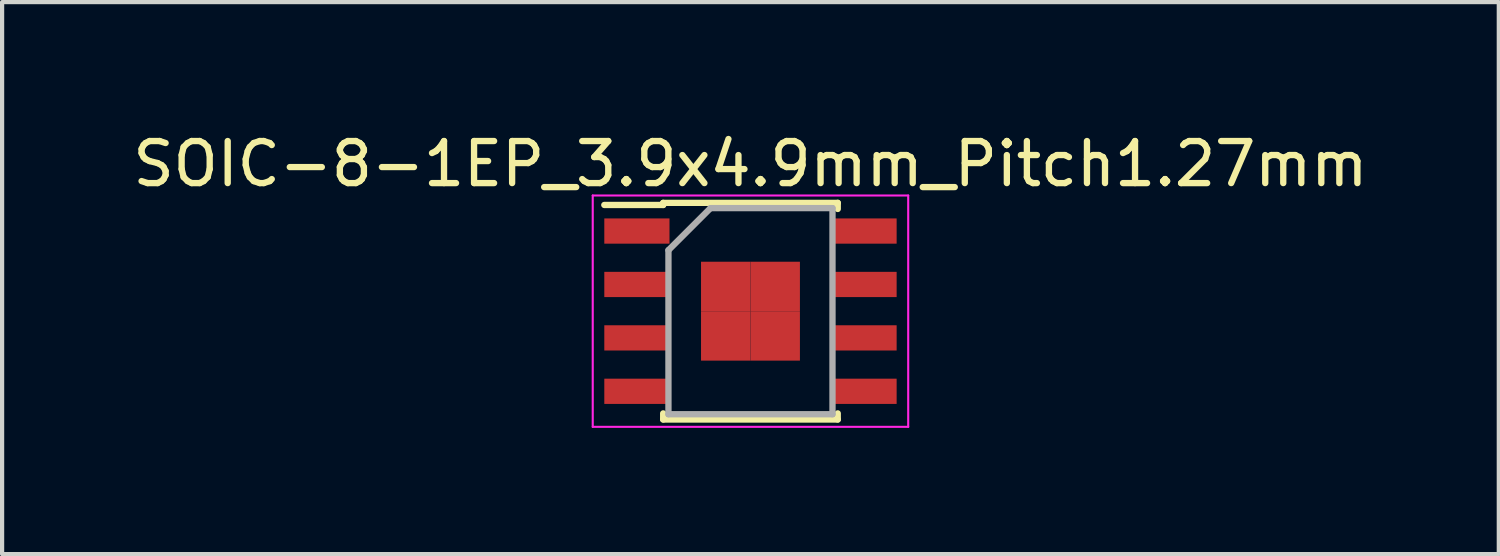
<source format=kicad_pcb>
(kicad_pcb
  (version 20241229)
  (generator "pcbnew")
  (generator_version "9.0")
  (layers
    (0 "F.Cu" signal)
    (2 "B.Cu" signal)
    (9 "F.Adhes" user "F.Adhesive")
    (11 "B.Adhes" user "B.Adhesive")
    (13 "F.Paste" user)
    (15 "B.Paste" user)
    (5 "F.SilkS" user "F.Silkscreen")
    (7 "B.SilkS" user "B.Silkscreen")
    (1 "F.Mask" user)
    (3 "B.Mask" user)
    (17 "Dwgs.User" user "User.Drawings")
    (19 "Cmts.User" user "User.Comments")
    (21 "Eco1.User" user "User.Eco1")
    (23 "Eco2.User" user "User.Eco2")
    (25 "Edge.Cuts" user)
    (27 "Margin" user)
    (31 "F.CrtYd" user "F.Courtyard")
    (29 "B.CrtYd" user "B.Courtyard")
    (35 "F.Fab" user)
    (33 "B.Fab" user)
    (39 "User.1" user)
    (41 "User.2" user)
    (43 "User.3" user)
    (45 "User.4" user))
  (footprint "SOIC-8-1EP_3.9x4.9mm_Pitch1.27mm"
    (layer "F.Cu")
    (at 14.792 4.348)
    (property "Reference" "SOIC-8-1EP_3.9x4.9mm_Pitch1.27mm" (at 0 -3.5 0) (layer "F.SilkS") (effects (font (size 1 1) (thickness 0.15))))
    (attr smd)
    (fp_line (start -2.075 -2.575) (end -2.075 -2.525) (stroke (width 0.15) (type solid)) (layer "F.SilkS"))
    (fp_line (start -2.075 -2.575) (end 2.075 -2.575) (stroke (width 0.15) (type solid)) (layer "F.SilkS"))
    (fp_line (start -2.075 -2.525) (end -3.475 -2.525) (stroke (width 0.15) (type solid)) (layer "F.SilkS"))
    (fp_line (start -2.075 2.575) (end -2.075 2.43) (stroke (width 0.15) (type solid)) (layer "F.SilkS"))
    (fp_line (start -2.075 2.575) (end 2.075 2.575) (stroke (width 0.15) (type solid)) (layer "F.SilkS"))
    (fp_line (start 2.075 -2.575) (end 2.075 -2.43) (stroke (width 0.15) (type solid)) (layer "F.SilkS"))
    (fp_line (start 2.075 2.575) (end 2.075 2.43) (stroke (width 0.15) (type solid)) (layer "F.SilkS"))
    (fp_line (start -3.75 -2.75) (end -3.75 2.75) (stroke (width 0.05) (type solid)) (layer "F.CrtYd"))
    (fp_line (start -3.75 -2.75) (end 3.75 -2.75) (stroke (width 0.05) (type solid)) (layer "F.CrtYd"))
    (fp_line (start -3.75 2.75) (end 3.75 2.75) (stroke (width 0.05) (type solid)) (layer "F.CrtYd"))
    (fp_line (start 3.75 -2.75) (end 3.75 2.75) (stroke (width 0.05) (type solid)) (layer "F.CrtYd"))
    (fp_line (start -1.95 -1.45) (end -0.95 -2.45) (stroke (width 0.15) (type solid)) (layer "F.Fab"))
    (fp_line (start -1.95 2.45) (end -1.95 -1.45) (stroke (width 0.15) (type solid)) (layer "F.Fab"))
    (fp_line (start -0.95 -2.45) (end 1.95 -2.45) (stroke (width 0.15) (type solid)) (layer "F.Fab"))
    (fp_line (start 1.95 -2.45) (end 1.95 2.45) (stroke (width 0.15) (type solid)) (layer "F.Fab"))
    (fp_line (start 1.95 2.45) (end -1.95 2.45) (stroke (width 0.15) (type solid)) (layer "F.Fab"))
    (pad "1" smd rect (at -2.7 -1.905) (size 1.55 0.6) (layers "F.Cu" "F.Mask" "F.Paste"))
    (pad "2" smd rect (at -2.7 -0.635) (size 1.55 0.6) (layers "F.Cu" "F.Mask" "F.Paste"))
    (pad "3" smd rect (at -2.7 0.635) (size 1.55 0.6) (layers "F.Cu" "F.Mask" "F.Paste"))
    (pad "4" smd rect (at -2.7 1.905) (size 1.55 0.6) (layers "F.Cu" "F.Mask" "F.Paste"))
    (pad "5" smd rect (at 2.7 1.905) (size 1.55 0.6) (layers "F.Cu" "F.Mask" "F.Paste"))
    (pad "6" smd rect (at 2.7 0.635) (size 1.55 0.6) (layers "F.Cu" "F.Mask" "F.Paste"))
    (pad "7" smd rect (at 2.7 -0.635) (size 1.55 0.6) (layers "F.Cu" "F.Mask" "F.Paste"))
    (pad "8" smd rect (at 2.7 -1.905) (size 1.55 0.6) (layers "F.Cu" "F.Mask" "F.Paste"))
    (pad "9" smd rect (at -0.588 -0.588) (size 1.175 1.175) (layers "F.Cu" "F.Mask" "F.Paste"))
    (pad "9" smd rect (at -0.588 0.588) (size 1.175 1.175) (layers "F.Cu" "F.Mask" "F.Paste"))
    (pad "9" smd rect (at 0.588 -0.588) (size 1.175 1.175) (layers "F.Cu" "F.Mask" "F.Paste"))
    (pad "9" smd rect (at 0.588 0.588) (size 1.175 1.175) (layers "F.Cu" "F.Mask" "F.Paste")))
  (gr_rect
    (start -3 -3)
    (end 32.583 10.123)
    (stroke (width 0.1) (type default))
    (fill no)
    (layer "Edge.Cuts")))
</source>
